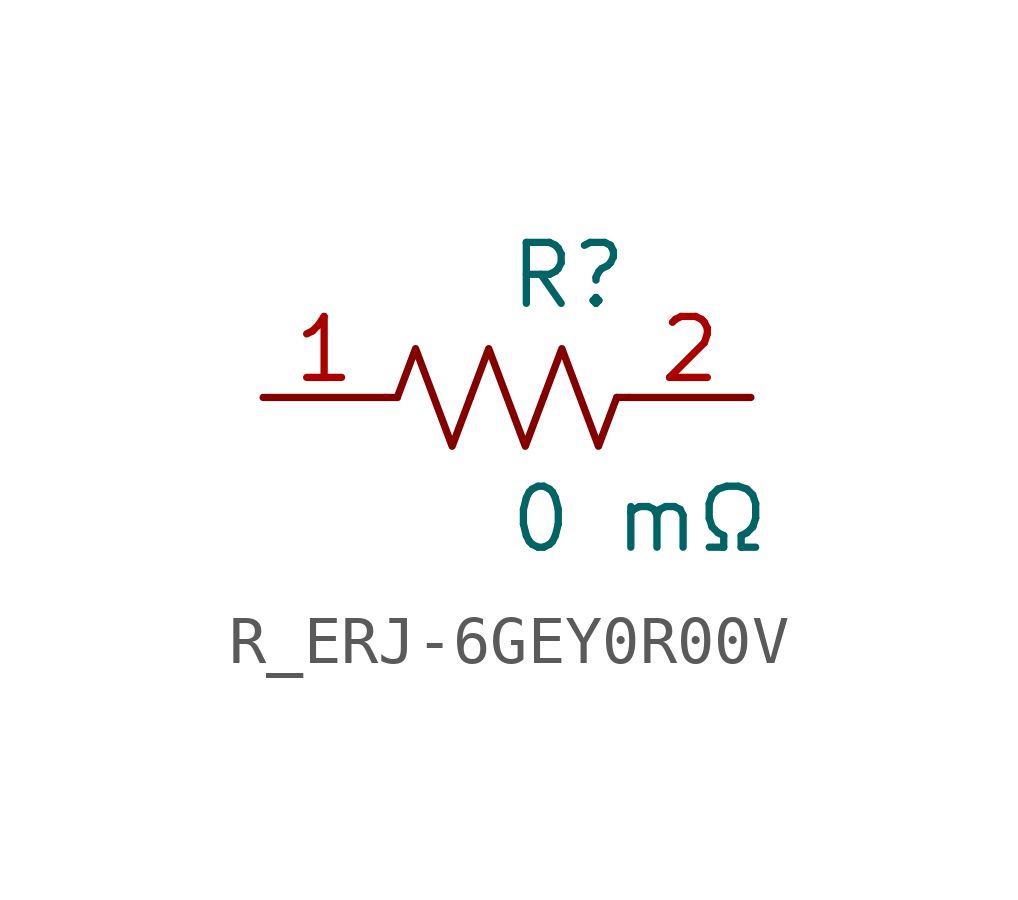
<source format=kicad_sym>
(kicad_symbol_lib
  (version 20231120)
  (generator kicad_symbol_editor)
  (generator_version 8.0)
  (symbol "R_ERJ-6GEY0R00V"
    (pin_names
      (offset 0.254))
    (property "Reference" "R"
      (at 0 2.54 0)
      (effects (font (size 1.27 1.27)) (justify left)))
    (property "Value" "0 mΩ"
      (at 0 -2.54 0)
      (effects (font (size 1.27 1.27)) (justify left)))
    (symbol "R_ERJ-6GEY0R00V_0_1"
      (polyline (pts (xy 2.286 0) (xy 2.54 0)) (stroke (width 0) (type default)) (fill (type none)))
      (polyline (pts (xy -2.286 0) (xy -2.54 0)) (stroke (width 0) (type default)) (fill (type none)))
      (polyline (pts (xy 0.762 0) (xy 1.143 1.016) (xy 1.524 0) (xy 1.905 -1.016) (xy 2.286 0)) (stroke (width 0) (type default)) (fill (type none)))
      (polyline (pts (xy -0.762 0) (xy -0.381 1.016) (xy 0 0) (xy 0.381 -1.016) (xy 0.762 0)) (stroke (width 0) (type default)) (fill (type none)))
      (polyline (pts (xy -2.286 0) (xy -1.905 1.016) (xy -1.524 0) (xy -1.143 -1.016) (xy -0.762 0)) (stroke (width 0) (type default)) (fill (type none))))
    (pin passive line
      (at -5.08 0 0)
      (length 2.54)
      (name "" (effects (font (size 1.27 1.27))))
      (number "1" (effects (font (size 1.27 1.27)))))
    (pin passive line
      (at 5.08 0 180)
      (length 2.54)
      (name "" (effects (font (size 1.27 1.27))))
      (number "2" (effects (font (size 1.27 1.27)))))))
</source>
